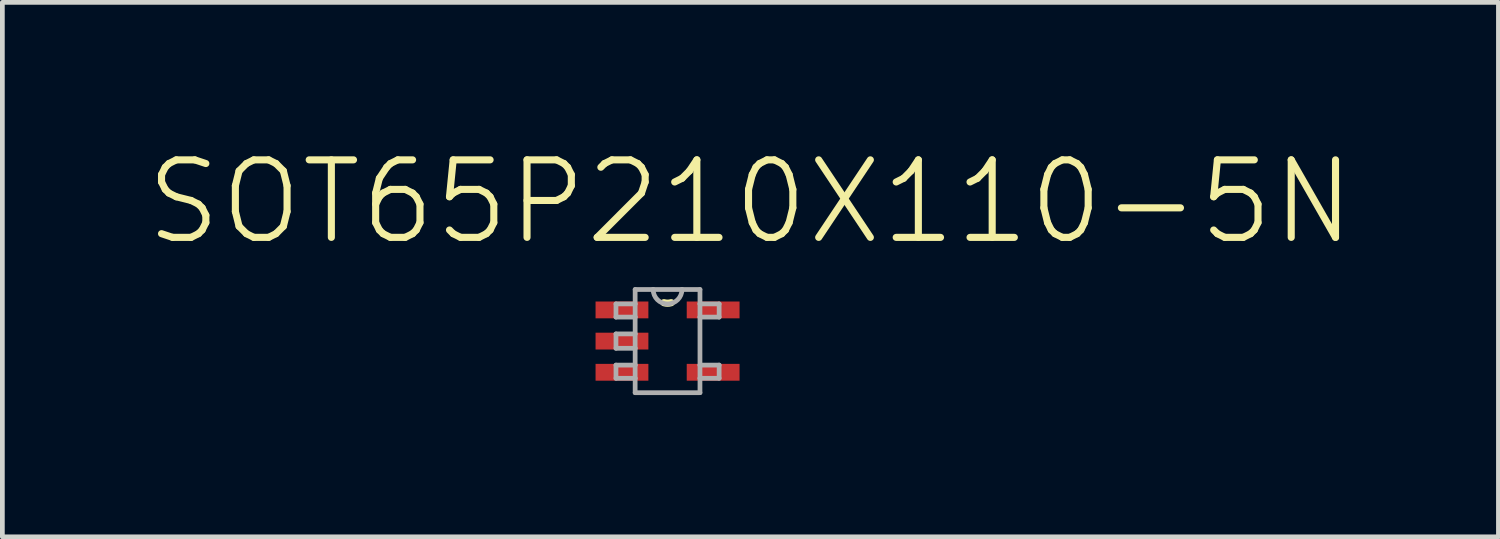
<source format=kicad_pcb>
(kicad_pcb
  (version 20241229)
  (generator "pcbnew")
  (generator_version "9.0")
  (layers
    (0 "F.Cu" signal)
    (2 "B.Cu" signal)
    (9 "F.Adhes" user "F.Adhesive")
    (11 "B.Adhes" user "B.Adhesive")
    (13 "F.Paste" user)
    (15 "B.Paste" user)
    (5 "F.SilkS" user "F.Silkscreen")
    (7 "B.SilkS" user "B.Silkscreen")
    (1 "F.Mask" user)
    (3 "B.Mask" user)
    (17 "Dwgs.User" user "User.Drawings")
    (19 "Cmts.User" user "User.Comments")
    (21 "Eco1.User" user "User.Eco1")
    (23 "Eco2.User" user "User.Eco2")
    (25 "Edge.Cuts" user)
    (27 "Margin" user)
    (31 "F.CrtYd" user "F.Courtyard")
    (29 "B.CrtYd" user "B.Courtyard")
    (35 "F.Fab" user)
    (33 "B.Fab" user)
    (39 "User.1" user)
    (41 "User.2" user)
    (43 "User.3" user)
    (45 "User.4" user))
  (footprint "SOT65P210X110-5N"
    (layer "F.Cu")
    (at 11.08 4.17)
    (property "Reference" "SOT65P210X110-5N" (at 1.753 -2.947 0) (layer "F.SilkS") (effects (font (size 1.641 1.641) (thickness 0.15))))
    (attr through_hole)
    (fp_arc (start 0.0762 -0.8128) (mid 0 -0.801752) (end -0.0762 -0.8128) (stroke (width 0.1524) (type solid)) (layer "F.SilkS"))
    (fp_line (start -1.092 -0.787) (end -1.092 -0.508) (stroke (width 0.1) (type solid)) (layer "F.Fab"))
    (fp_line (start -1.092 -0.508) (end -0.686 -0.508) (stroke (width 0.1) (type solid)) (layer "F.Fab"))
    (fp_line (start -1.092 -0.152) (end -1.092 0.152) (stroke (width 0.1) (type solid)) (layer "F.Fab"))
    (fp_line (start -1.092 0.152) (end -0.686 0.152) (stroke (width 0.1) (type solid)) (layer "F.Fab"))
    (fp_line (start -1.092 0.508) (end -1.092 0.787) (stroke (width 0.1) (type solid)) (layer "F.Fab"))
    (fp_line (start -1.092 0.787) (end -0.686 0.787) (stroke (width 0.1) (type solid)) (layer "F.Fab"))
    (fp_line (start -0.686 -1.092) (end -0.686 -0.787) (stroke (width 0.1) (type solid)) (layer "F.Fab"))
    (fp_line (start -0.686 -0.787) (end -1.092 -0.787) (stroke (width 0.1) (type solid)) (layer "F.Fab"))
    (fp_line (start -0.686 -0.787) (end -0.686 -0.508) (stroke (width 0.1) (type solid)) (layer "F.Fab"))
    (fp_line (start -0.686 -0.508) (end -0.686 -0.152) (stroke (width 0.1) (type solid)) (layer "F.Fab"))
    (fp_line (start -0.686 -0.152) (end -1.092 -0.152) (stroke (width 0.1) (type solid)) (layer "F.Fab"))
    (fp_line (start -0.686 -0.152) (end -0.686 0.152) (stroke (width 0.1) (type solid)) (layer "F.Fab"))
    (fp_line (start -0.686 0.152) (end -0.686 0.508) (stroke (width 0.1) (type solid)) (layer "F.Fab"))
    (fp_line (start -0.686 0.508) (end -1.092 0.508) (stroke (width 0.1) (type solid)) (layer "F.Fab"))
    (fp_line (start -0.686 0.508) (end -0.686 0.787) (stroke (width 0.1) (type solid)) (layer "F.Fab"))
    (fp_line (start -0.686 0.787) (end -0.686 1.092) (stroke (width 0.1) (type solid)) (layer "F.Fab"))
    (fp_line (start -0.686 1.092) (end 0.686 1.092) (stroke (width 0.1) (type solid)) (layer "F.Fab"))
    (fp_line (start -0.305 -1.092) (end -0.686 -1.092) (stroke (width 0.1) (type solid)) (layer "F.Fab"))
    (fp_line (start 0.305 -1.092) (end -0.305 -1.092) (stroke (width 0.1) (type solid)) (layer "F.Fab"))
    (fp_line (start 0.686 -1.092) (end 0.305 -1.092) (stroke (width 0.1) (type solid)) (layer "F.Fab"))
    (fp_line (start 0.686 -0.787) (end 0.686 -1.092) (stroke (width 0.1) (type solid)) (layer "F.Fab"))
    (fp_line (start 0.686 -0.508) (end 0.686 -0.787) (stroke (width 0.1) (type solid)) (layer "F.Fab"))
    (fp_line (start 0.686 -0.508) (end 1.092 -0.508) (stroke (width 0.1) (type solid)) (layer "F.Fab"))
    (fp_line (start 0.686 0.508) (end 0.686 -0.508) (stroke (width 0.1) (type solid)) (layer "F.Fab"))
    (fp_line (start 0.686 0.787) (end 0.686 0.508) (stroke (width 0.1) (type solid)) (layer "F.Fab"))
    (fp_line (start 0.686 0.787) (end 1.092 0.787) (stroke (width 0.1) (type solid)) (layer "F.Fab"))
    (fp_line (start 0.686 1.092) (end 0.686 0.787) (stroke (width 0.1) (type solid)) (layer "F.Fab"))
    (fp_line (start 1.092 -0.787) (end 0.686 -0.787) (stroke (width 0.1) (type solid)) (layer "F.Fab"))
    (fp_line (start 1.092 -0.508) (end 1.092 -0.787) (stroke (width 0.1) (type solid)) (layer "F.Fab"))
    (fp_line (start 1.092 0.508) (end 0.686 0.508) (stroke (width 0.1) (type solid)) (layer "F.Fab"))
    (fp_line (start 1.092 0.787) (end 1.092 0.508) (stroke (width 0.1) (type solid)) (layer "F.Fab"))
    (fp_arc (start 0.3048 -1.0922) (mid 0 -0.7874) (end -0.3048 -1.0922) (stroke (width 0.1) (type solid)) (layer "F.Fab"))
    (pad "1" smd rect (at -0.965 -0.66) (size 1.118 0.356) (layers "F.Cu" "F.Mask" "F.Paste"))
    (pad "2" smd rect (at -0.965 0) (size 1.118 0.356) (layers "F.Cu" "F.Mask" "F.Paste"))
    (pad "3" smd rect (at -0.965 0.66) (size 1.118 0.356) (layers "F.Cu" "F.Mask" "F.Paste"))
    (pad "4" smd rect (at 0.965 0.66) (size 1.118 0.356) (layers "F.Cu" "F.Mask" "F.Paste"))
    (pad "5" smd rect (at 0.965 -0.66) (size 1.118 0.356) (layers "F.Cu" "F.Mask" "F.Paste")))
  (gr_rect
    (start -3 -3)
    (end 28.667 8.313)
    (stroke (width 0.1) (type default))
    (fill no)
    (layer "Edge.Cuts")))
</source>
